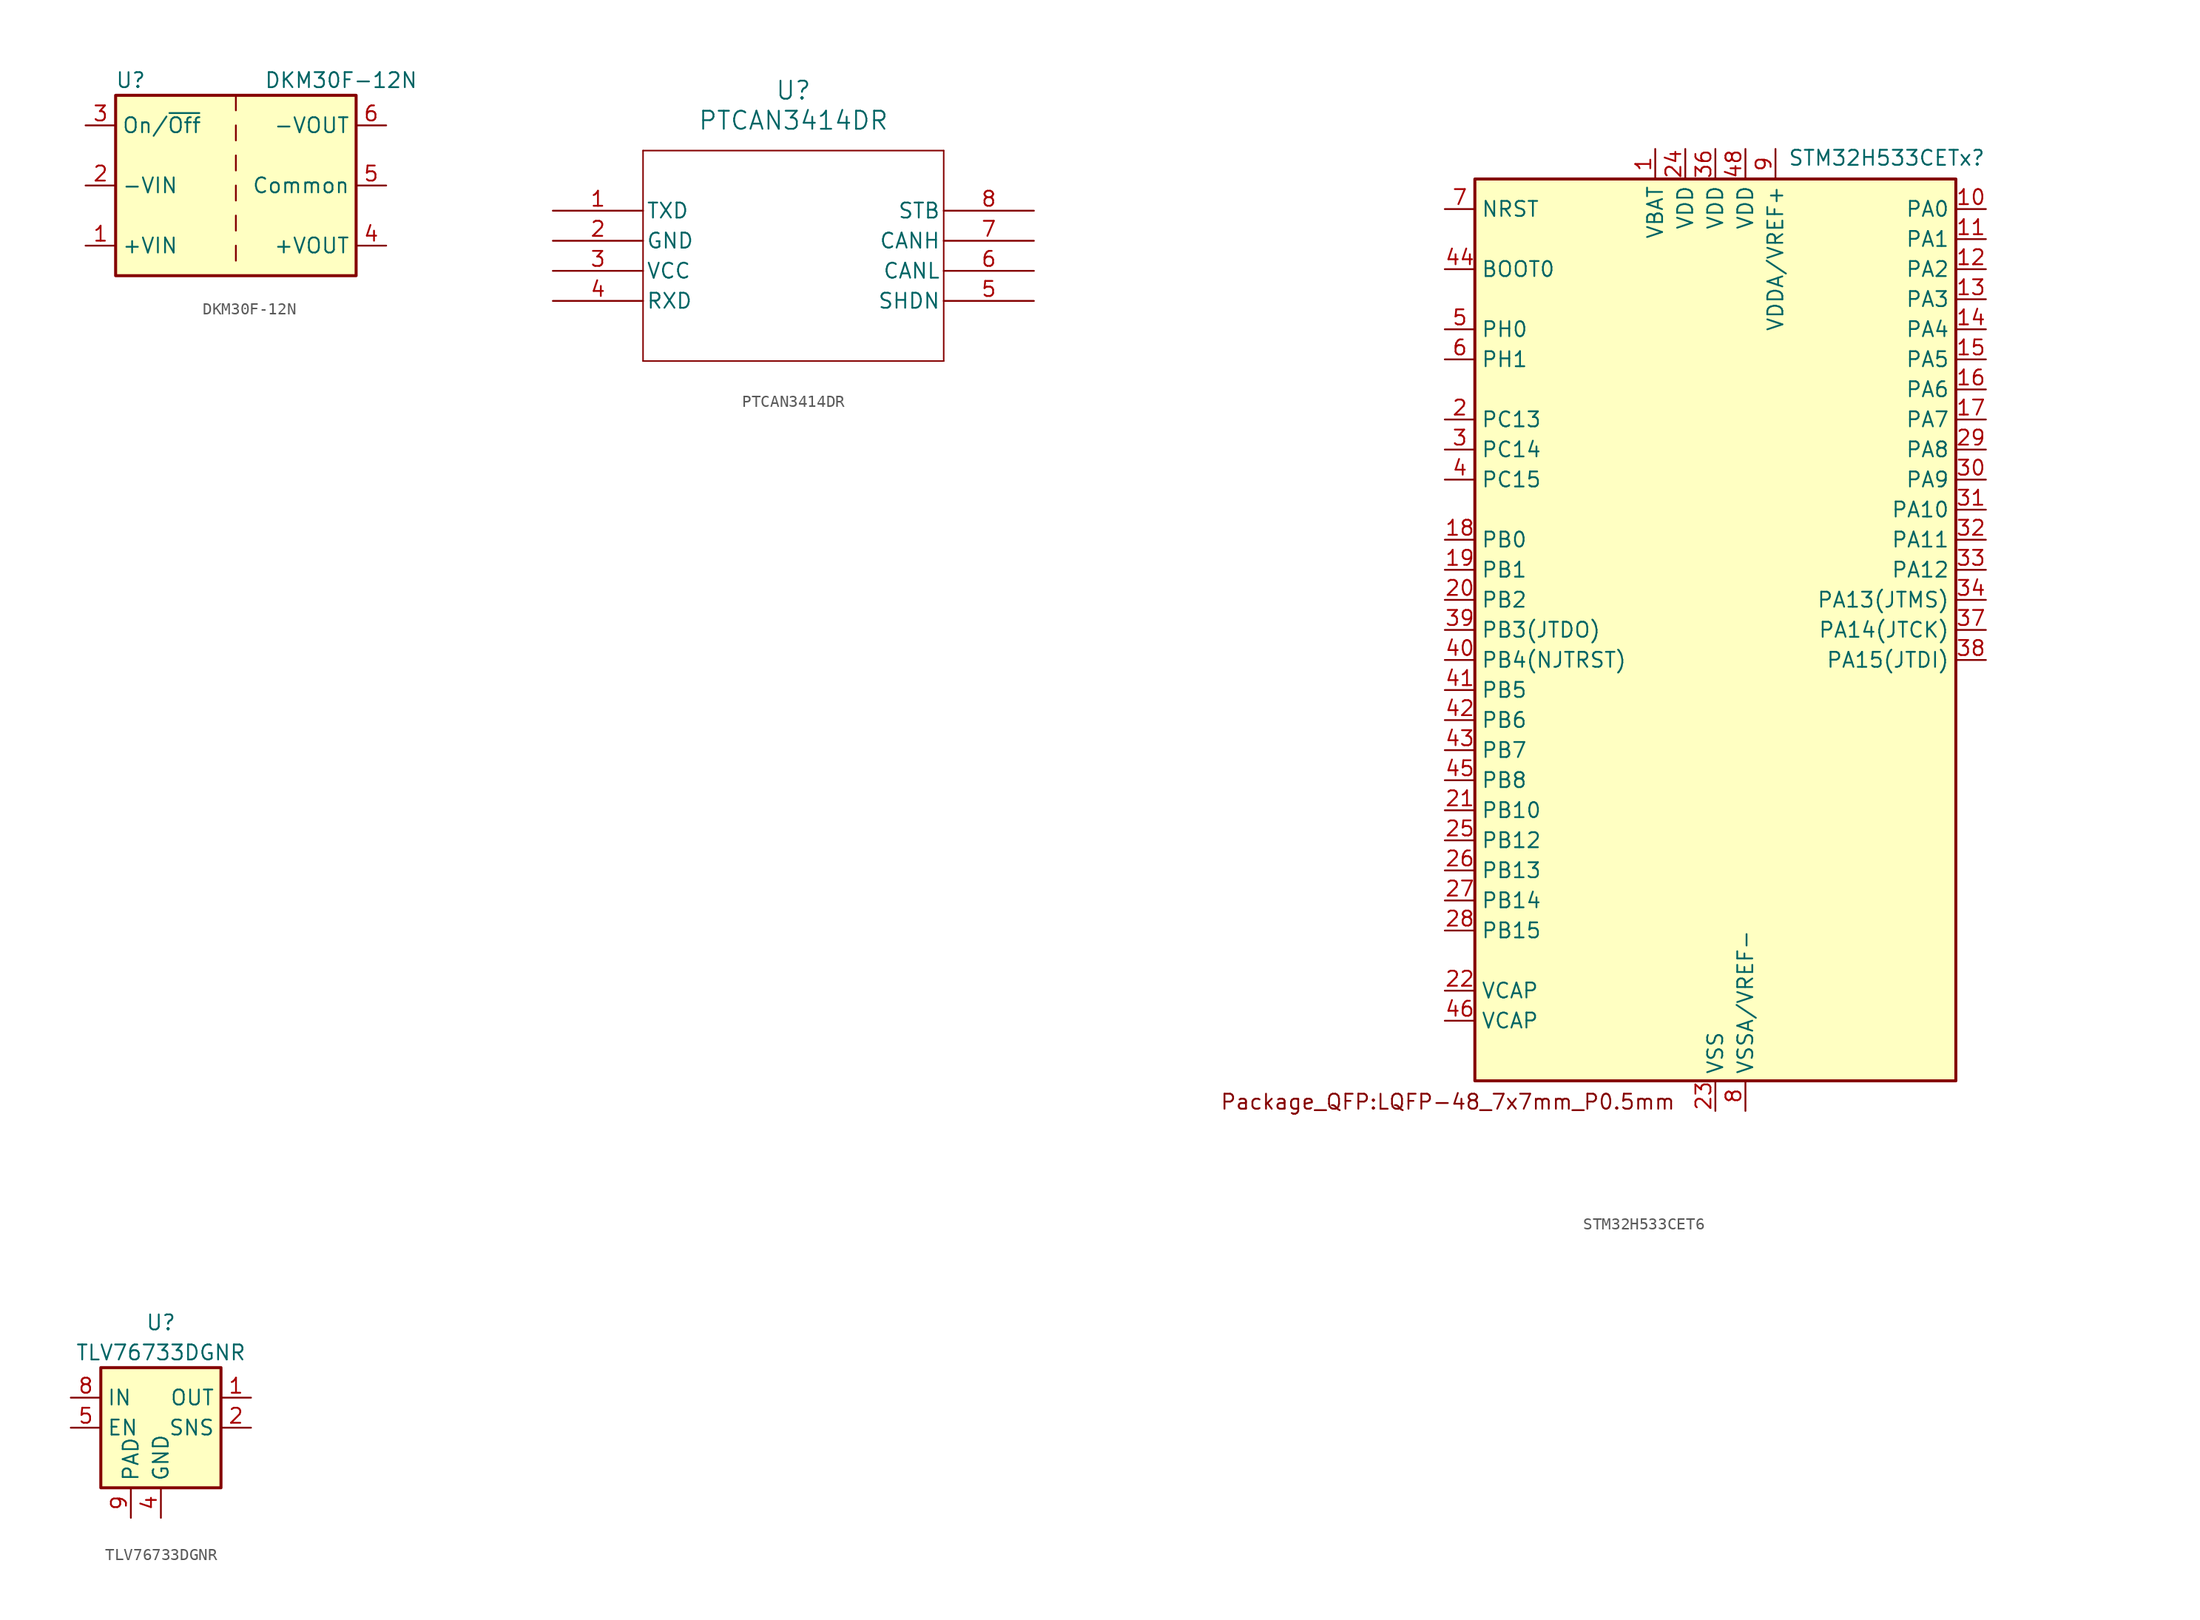
<source format=kicad_sym>
(kicad_symbol_lib
  (version 20231120)
  (generator "kicad_symbol_editor")
  (generator_version "8.0")
  (symbol "DKM30F-12N"
    (property "Reference" "U"
      (at -8.89 8.89 0)
      (effects (font (size 1.27 1.27))))
    (property "Value" "DKM30F-12N"
      (at 8.89 8.89 0)
      (effects (font (size 1.27 1.27))))
    (symbol "DKM30F-12N_0_1"
      (rectangle (start -10.16 7.62) (end 10.16 -7.62) (stroke (width 0.254) (type default)) (fill (type background)))
      (polyline (pts (xy 0 -5.08) (xy 0 -6.35)) (stroke (width 0) (type default)) (fill (type none)))
      (polyline (pts (xy 0 -2.54) (xy 0 -3.81)) (stroke (width 0) (type default)) (fill (type none)))
      (polyline (pts (xy 0 0) (xy 0 -1.27)) (stroke (width 0) (type default)) (fill (type none)))
      (polyline (pts (xy 0 2.54) (xy 0 1.27)) (stroke (width 0) (type default)) (fill (type none)))
      (polyline (pts (xy 0 5.08) (xy 0 3.81)) (stroke (width 0) (type default)) (fill (type none)))
      (polyline (pts (xy 0 7.62) (xy 0 6.35)) (stroke (width 0) (type default)) (fill (type none))))
    (symbol "DKM30F-12N_1_1"
      (pin power_in line (at -12.7 -5.08 0) (length 2.54) (name "+VIN" (effects (font (size 1.27 1.27)))) (number "1" (effects (font (size 1.27 1.27)))))
      (pin power_in line (at -12.7 0 0) (length 2.54) (name "-VIN" (effects (font (size 1.27 1.27)))) (number "2" (effects (font (size 1.27 1.27)))))
      (pin input line (at -12.7 5.08 0) (length 2.54) (name "On/~{Off}" (effects (font (size 1.27 1.27)))) (number "3" (effects (font (size 1.27 1.27)))))
      (pin power_out line (at 12.7 -5.08 180) (length 2.54) (name "+VOUT" (effects (font (size 1.27 1.27)))) (number "4" (effects (font (size 1.27 1.27)))))
      (pin power_out line (at 12.7 0 180) (length 2.54) (name "Common" (effects (font (size 1.27 1.27)))) (number "5" (effects (font (size 1.27 1.27)))))
      (pin power_out line (at 12.7 5.08 180) (length 2.54) (name "-VOUT" (effects (font (size 1.27 1.27)))) (number "6" (effects (font (size 1.27 1.27)))))))
  (symbol "PTCAN3414DR"
    (pin_names
      (offset 0.254))
    (property "Reference" "U"
      (at 20.32 10.16 0)
      (effects (font (size 1.524 1.524))))
    (property "Value" "PTCAN3414DR"
      (at 20.32 7.62 0)
      (effects (font (size 1.524 1.524))))
    (property "ki_locked" ""
      (at 0 0 0)
      (effects (font (size 1.27 1.27))))
    (symbol "PTCAN3414DR_0_1"
      (polyline (pts (xy 7.62 -12.7) (xy 33.02 -12.7)) (stroke (width 0.127) (type default)) (fill (type none)))
      (polyline (pts (xy 7.62 5.08) (xy 7.62 -12.7)) (stroke (width 0.127) (type default)) (fill (type none)))
      (polyline (pts (xy 33.02 -12.7) (xy 33.02 5.08)) (stroke (width 0.127) (type default)) (fill (type none)))
      (polyline (pts (xy 33.02 5.08) (xy 7.62 5.08)) (stroke (width 0.127) (type default)) (fill (type none)))
      (pin input line (at 0 0 0) (length 7.62) (name "TXD" (effects (font (size 1.27 1.27)))) (number "1" (effects (font (size 1.27 1.27)))))
      (pin power_in line (at 0 -5.08 0) (length 7.62) (name "VCC" (effects (font (size 1.27 1.27)))) (number "3" (effects (font (size 1.27 1.27)))))
      (pin output line (at 0 -7.62 0) (length 7.62) (name "RXD" (effects (font (size 1.27 1.27)))) (number "4" (effects (font (size 1.27 1.27)))))
      (pin input line (at 40.64 -7.62 180) (length 7.62) (name "SHDN" (effects (font (size 1.27 1.27)))) (number "5" (effects (font (size 1.27 1.27)))))
      (pin bidirectional line (at 40.64 -5.08 180) (length 7.62) (name "CANL" (effects (font (size 1.27 1.27)))) (number "6" (effects (font (size 1.27 1.27)))))
      (pin bidirectional line (at 40.64 -2.54 180) (length 7.62) (name "CANH" (effects (font (size 1.27 1.27)))) (number "7" (effects (font (size 1.27 1.27)))))
      (pin input line (at 40.64 0 180) (length 7.62) (name "STB" (effects (font (size 1.27 1.27)))) (number "8" (effects (font (size 1.27 1.27))))))
    (symbol "PTCAN3414DR_1_1"
      (pin power_in line (at 0 -2.54 0) (length 7.62) (name "GND" (effects (font (size 1.27 1.27)))) (number "2" (effects (font (size 1.27 1.27)))))))
  (symbol "STM32H533CET6"
    (property "Reference" "STM32H533CETx"
      (at 14.478 39.878 0)
      (effects (font (size 1.27 1.27))))
    (property "Value" ""
      (at 1.27 -1.27 0)
      (effects (font (size 1.27 1.27))))
    (symbol "STM32H533CET6_0_1"
      (rectangle (start -20.32 38.1) (end 20.32 -38.1) (stroke (width 0.254) (type default)) (fill (type background))))
    (symbol "STM32H533CET6_1_1"
      (text private "https://www.st.com/resource/en/datasheet/stm32h533ce.pdf" (at -0.508 -6.096 0) (effects (font (size 1.27 1.27) (color 139 224 255 1))))
      (text "Package_QFP:LQFP-48_7x7mm_P0.5mm" (at -22.606 -39.878 0) (effects (font (size 1.27 1.27))))
      (pin power_in line (at -5.08 40.64 270) (length 2.54) (name "VBAT" (effects (font (size 1.27 1.27)))) (number "1" (effects (font (size 1.27 1.27)))))
      (pin bidirectional line (at 22.86 35.56 180) (length 2.54) (name "PA0" (effects (font (size 1.27 1.27)))) (number "10" (effects (font (size 1.27 1.27)))))
      (pin bidirectional line (at 22.86 33.02 180) (length 2.54) (name "PA1" (effects (font (size 1.27 1.27)))) (number "11" (effects (font (size 1.27 1.27)))))
      (pin bidirectional line (at 22.86 30.48 180) (length 2.54) (name "PA2" (effects (font (size 1.27 1.27)))) (number "12" (effects (font (size 1.27 1.27)))))
      (pin bidirectional line (at 22.86 27.94 180) (length 2.54) (name "PA3" (effects (font (size 1.27 1.27)))) (number "13" (effects (font (size 1.27 1.27)))))
      (pin bidirectional line (at 22.86 25.4 180) (length 2.54) (name "PA4" (effects (font (size 1.27 1.27)))) (number "14" (effects (font (size 1.27 1.27)))))
      (pin bidirectional line (at 22.86 22.86 180) (length 2.54) (name "PA5" (effects (font (size 1.27 1.27)))) (number "15" (effects (font (size 1.27 1.27)))))
      (pin bidirectional line (at 22.86 20.32 180) (length 2.54) (name "PA6" (effects (font (size 1.27 1.27)))) (number "16" (effects (font (size 1.27 1.27)))))
      (pin bidirectional line (at 22.86 17.78 180) (length 2.54) (name "PA7" (effects (font (size 1.27 1.27)))) (number "17" (effects (font (size 1.27 1.27)))))
      (pin bidirectional line (at -22.86 7.62 0) (length 2.54) (name "PB0" (effects (font (size 1.27 1.27)))) (number "18" (effects (font (size 1.27 1.27)))))
      (pin bidirectional line (at -22.86 5.08 0) (length 2.54) (name "PB1" (effects (font (size 1.27 1.27)))) (number "19" (effects (font (size 1.27 1.27)))))
      (pin bidirectional line (at -22.86 17.78 0) (length 2.54) (name "PC13" (effects (font (size 1.27 1.27)))) (number "2" (effects (font (size 1.27 1.27)))))
      (pin bidirectional line (at -22.86 2.54 0) (length 2.54) (name "PB2" (effects (font (size 1.27 1.27)))) (number "20" (effects (font (size 1.27 1.27)))))
      (pin bidirectional line (at -22.86 -15.24 0) (length 2.54) (name "PB10" (effects (font (size 1.27 1.27)))) (number "21" (effects (font (size 1.27 1.27)))))
      (pin power_out line (at -22.86 -30.48 0) (length 2.54) (name "VCAP" (effects (font (size 1.27 1.27)))) (number "22" (effects (font (size 1.27 1.27)))))
      (pin power_in line (at 0 -40.64 90) (length 2.54) (name "VSS" (effects (font (size 1.27 1.27)))) (number "23" (effects (font (size 1.27 1.27)))))
      (pin power_in line (at -2.54 40.64 270) (length 2.54) (name "VDD" (effects (font (size 1.27 1.27)))) (number "24" (effects (font (size 1.27 1.27)))))
      (pin bidirectional line (at -22.86 -17.78 0) (length 2.54) (name "PB12" (effects (font (size 1.27 1.27)))) (number "25" (effects (font (size 1.27 1.27)))))
      (pin bidirectional line (at -22.86 -20.32 0) (length 2.54) (name "PB13" (effects (font (size 1.27 1.27)))) (number "26" (effects (font (size 1.27 1.27)))))
      (pin bidirectional line (at -22.86 -22.86 0) (length 2.54) (name "PB14" (effects (font (size 1.27 1.27)))) (number "27" (effects (font (size 1.27 1.27)))))
      (pin bidirectional line (at -22.86 -25.4 0) (length 2.54) (name "PB15" (effects (font (size 1.27 1.27)))) (number "28" (effects (font (size 1.27 1.27)))))
      (pin bidirectional line (at 22.86 15.24 180) (length 2.54) (name "PA8" (effects (font (size 1.27 1.27)))) (number "29" (effects (font (size 1.27 1.27)))))
      (pin bidirectional line (at -22.86 15.24 0) (length 2.54) (name "PC14" (effects (font (size 1.27 1.27)))) (number "3" (effects (font (size 1.27 1.27)))))
      (pin bidirectional line (at 22.86 12.7 180) (length 2.54) (name "PA9" (effects (font (size 1.27 1.27)))) (number "30" (effects (font (size 1.27 1.27)))))
      (pin bidirectional line (at 22.86 10.16 180) (length 2.54) (name "PA10" (effects (font (size 1.27 1.27)))) (number "31" (effects (font (size 1.27 1.27)))))
      (pin bidirectional line (at 22.86 7.62 180) (length 2.54) (name "PA11" (effects (font (size 1.27 1.27)))) (number "32" (effects (font (size 1.27 1.27)))))
      (pin bidirectional line (at 22.86 5.08 180) (length 2.54) (name "PA12" (effects (font (size 1.27 1.27)))) (number "33" (effects (font (size 1.27 1.27)))))
      (pin bidirectional line (at 22.86 2.54 180) (length 2.54) (name "PA13(JTMS)" (effects (font (size 1.27 1.27)))) (number "34" (effects (font (size 1.27 1.27)))))
      (pin passive line (at 0 -40.64 90) (length 2.54) hide (name "VSS" (effects (font (size 1.27 1.27)))) (number "35" (effects (font (size 1.27 1.27)))))
      (pin power_in line (at 0 40.64 270) (length 2.54) (name "VDD" (effects (font (size 1.27 1.27)))) (number "36" (effects (font (size 1.27 1.27)))))
      (pin bidirectional line (at 22.86 0 180) (length 2.54) (name "PA14(JTCK)" (effects (font (size 1.27 1.27)))) (number "37" (effects (font (size 1.27 1.27)))))
      (pin bidirectional line (at 22.86 -2.54 180) (length 2.54) (name "PA15(JTDI)" (effects (font (size 1.27 1.27)))) (number "38" (effects (font (size 1.27 1.27)))))
      (pin bidirectional line (at -22.86 0 0) (length 2.54) (name "PB3(JTDO)" (effects (font (size 1.27 1.27)))) (number "39" (effects (font (size 1.27 1.27)))))
      (pin bidirectional line (at -22.86 12.7 0) (length 2.54) (name "PC15" (effects (font (size 1.27 1.27)))) (number "4" (effects (font (size 1.27 1.27)))))
      (pin bidirectional line (at -22.86 -2.54 0) (length 2.54) (name "PB4(NJTRST)" (effects (font (size 1.27 1.27)))) (number "40" (effects (font (size 1.27 1.27)))))
      (pin bidirectional line (at -22.86 -5.08 0) (length 2.54) (name "PB5" (effects (font (size 1.27 1.27)))) (number "41" (effects (font (size 1.27 1.27)))))
      (pin bidirectional line (at -22.86 -7.62 0) (length 2.54) (name "PB6" (effects (font (size 1.27 1.27)))) (number "42" (effects (font (size 1.27 1.27)))))
      (pin bidirectional line (at -22.86 -10.16 0) (length 2.54) (name "PB7" (effects (font (size 1.27 1.27)))) (number "43" (effects (font (size 1.27 1.27)))))
      (pin input line (at -22.86 30.48 0) (length 2.54) (name "BOOT0" (effects (font (size 1.27 1.27)))) (number "44" (effects (font (size 1.27 1.27)))))
      (pin bidirectional line (at -22.86 -12.7 0) (length 2.54) (name "PB8" (effects (font (size 1.27 1.27)))) (number "45" (effects (font (size 1.27 1.27)))))
      (pin power_out line (at -22.86 -33.02 0) (length 2.54) (name "VCAP" (effects (font (size 1.27 1.27)))) (number "46" (effects (font (size 1.27 1.27)))))
      (pin passive line (at 0 -40.64 90) (length 2.54) hide (name "VSS" (effects (font (size 1.27 1.27)))) (number "47" (effects (font (size 1.27 1.27)))))
      (pin power_in line (at 2.54 40.64 270) (length 2.54) (name "VDD" (effects (font (size 1.27 1.27)))) (number "48" (effects (font (size 1.27 1.27)))))
      (pin bidirectional line (at -22.86 25.4 0) (length 2.54) (name "PH0" (effects (font (size 1.27 1.27)))) (number "5" (effects (font (size 1.27 1.27)))))
      (pin bidirectional line (at -22.86 22.86 0) (length 2.54) (name "PH1" (effects (font (size 1.27 1.27)))) (number "6" (effects (font (size 1.27 1.27)))))
      (pin input line (at -22.86 35.56 0) (length 2.54) (name "NRST" (effects (font (size 1.27 1.27)))) (number "7" (effects (font (size 1.27 1.27)))))
      (pin power_in line (at 2.54 -40.64 90) (length 2.54) (name "VSSA/VREF-" (effects (font (size 1.27 1.27)))) (number "8" (effects (font (size 1.27 1.27)))))
      (pin power_in line (at 5.08 40.64 270) (length 2.54) (name "VDDA/VREF+" (effects (font (size 1.27 1.27)))) (number "9" (effects (font (size 1.27 1.27)))))))
  (symbol "TLV76733DGNR"
    (property "Reference" "U"
      (at 0 8.89 0)
      (effects (font (size 1.27 1.27))))
    (property "Value" "TLV76733DGNR"
      (at 0 6.35 0)
      (effects (font (size 1.27 1.27))))
    (symbol "TLV76733DGNR_0_1"
      (rectangle (start -5.08 5.08) (end 5.08 -5.08) (stroke (width 0.254) (type default)) (fill (type background))))
    (symbol "TLV76733DGNR_1_1"
      (pin power_out line (at 7.62 2.54 180) (length 2.54) (name "OUT" (effects (font (size 1.27 1.27)))) (number "1" (effects (font (size 1.27 1.27)))))
      (pin input line (at 7.62 0 180) (length 2.54) (name "SNS" (effects (font (size 1.27 1.27)))) (number "2" (effects (font (size 1.27 1.27)))))
      (pin no_connect line (at 5.08 -2.54 180) (length 2.54) hide (name "NC" (effects (font (size 1.27 1.27)))) (number "3" (effects (font (size 1.27 1.27)))))
      (pin power_in line (at 0 -7.62 90) (length 2.54) (name "GND" (effects (font (size 1.27 1.27)))) (number "4" (effects (font (size 1.27 1.27)))))
      (pin input line (at -7.62 0 0) (length 2.54) (name "EN" (effects (font (size 1.27 1.27)))) (number "5" (effects (font (size 1.27 1.27)))))
      (pin power_in line (at 0 -7.62 90) (length 2.54) hide (name "GND" (effects (font (size 1.27 1.27)))) (number "6" (effects (font (size 1.27 1.27)))))
      (pin no_connect line (at -5.08 -2.54 0) (length 2.54) hide (name "NC" (effects (font (size 1.27 1.27)))) (number "7" (effects (font (size 1.27 1.27)))))
      (pin power_in line (at -7.62 2.54 0) (length 2.54) (name "IN" (effects (font (size 1.27 1.27)))) (number "8" (effects (font (size 1.27 1.27)))))
      (pin passive line (at -2.54 -7.62 90) (length 2.54) (name "PAD" (effects (font (size 1.27 1.27)))) (number "9" (effects (font (size 1.27 1.27))))))))
</source>
